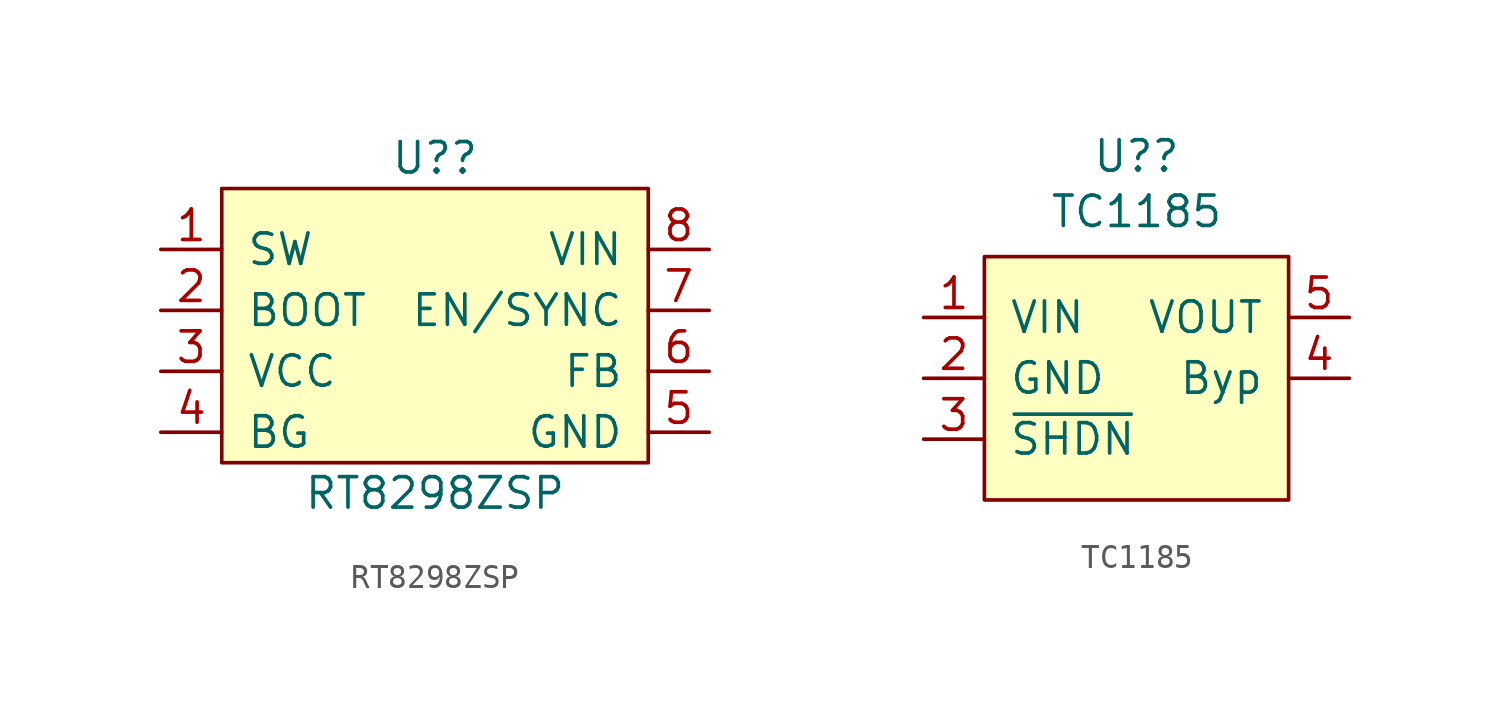
<source format=kicad_sym>
(kicad_symbol_lib
  (version 20211014)
  (generator kicad_symbol_editor)
  (symbol "RT8298ZSP"
    (pin_names
      (offset 1.016))
    (property "Reference" "U?"
      (at 0 7.62 0)
      (effects (font (size 1.27 1.27))))
    (property "Value" "RT8298ZSP"
      (at 0 -6.35 0)
      (effects (font (size 1.27 1.27))))
    (symbol "RT8298ZSP_0_1"
      (rectangle (start -8.89 6.35) (end 8.89 -5.08) (stroke (width 0) (type default) (color 0 0 0 0)) (fill (type background))))
    (symbol "RT8298ZSP_1_1"
      (pin output line (at -11.43 3.81 0) (length 2.54) (name "SW" (effects (font (size 1.27 1.27)))) (number "1" (effects (font (size 1.27 1.27)))))
      (pin output line (at -11.43 1.27 0) (length 2.54) (name "BOOT" (effects (font (size 1.27 1.27)))) (number "2" (effects (font (size 1.27 1.27)))))
      (pin input line (at -11.43 -1.27 0) (length 2.54) (name "VCC" (effects (font (size 1.27 1.27)))) (number "3" (effects (font (size 1.27 1.27)))))
      (pin output line (at -11.43 -3.81 0) (length 2.54) (name "BG" (effects (font (size 1.27 1.27)))) (number "4" (effects (font (size 1.27 1.27)))))
      (pin power_in line (at 11.43 -3.81 180) (length 2.54) (name "GND" (effects (font (size 1.27 1.27)))) (number "5" (effects (font (size 1.27 1.27)))))
      (pin input line (at 11.43 -1.27 180) (length 2.54) (name "FB" (effects (font (size 1.27 1.27)))) (number "6" (effects (font (size 1.27 1.27)))))
      (pin input line (at 11.43 1.27 180) (length 2.54) (name "EN/SYNC" (effects (font (size 1.27 1.27)))) (number "7" (effects (font (size 1.27 1.27)))))
      (pin power_in line (at 11.43 3.81 180) (length 2.54) (name "VIN" (effects (font (size 1.27 1.27)))) (number "8" (effects (font (size 1.27 1.27)))))
      (pin passive line (at 11.43 -3.81 180) (length 2.54) hide (name "GND" (effects (font (size 1.27 1.27)))) (number "9" (effects (font (size 1.27 1.27)))))))
  (symbol "TC1185"
    (pin_names
      (offset 1.016))
    (property "Reference" "U?"
      (at 0 9.271 0)
      (effects (font (size 1.27 1.27))))
    (property "Value" "TC1185"
      (at 0 6.96 0)
      (effects (font (size 1.27 1.27))))
    (symbol "TC1185_0_1"
      (rectangle (start -6.35 5.08) (end 6.35 -5.08) (stroke (width 0) (type default) (color 0 0 0 0)) (fill (type background))))
    (symbol "TC1185_1_1"
      (pin power_in line (at -8.89 2.54 0) (length 2.54) (name "VIN" (effects (font (size 1.27 1.27)))) (number "1" (effects (font (size 1.27 1.27)))))
      (pin power_in line (at -8.89 0 0) (length 2.54) (name "GND" (effects (font (size 1.27 1.27)))) (number "2" (effects (font (size 1.27 1.27)))))
      (pin input line (at -8.89 -2.54 0) (length 2.54) (name "~{SHDN}" (effects (font (size 1.27 1.27)))) (number "3" (effects (font (size 1.27 1.27)))))
      (pin input line (at 8.89 0 180) (length 2.54) (name "Byp" (effects (font (size 1.27 1.27)))) (number "4" (effects (font (size 1.27 1.27)))))
      (pin power_out line (at 8.89 2.54 180) (length 2.54) (name "VOUT" (effects (font (size 1.27 1.27)))) (number "5" (effects (font (size 1.27 1.27))))))))
</source>
